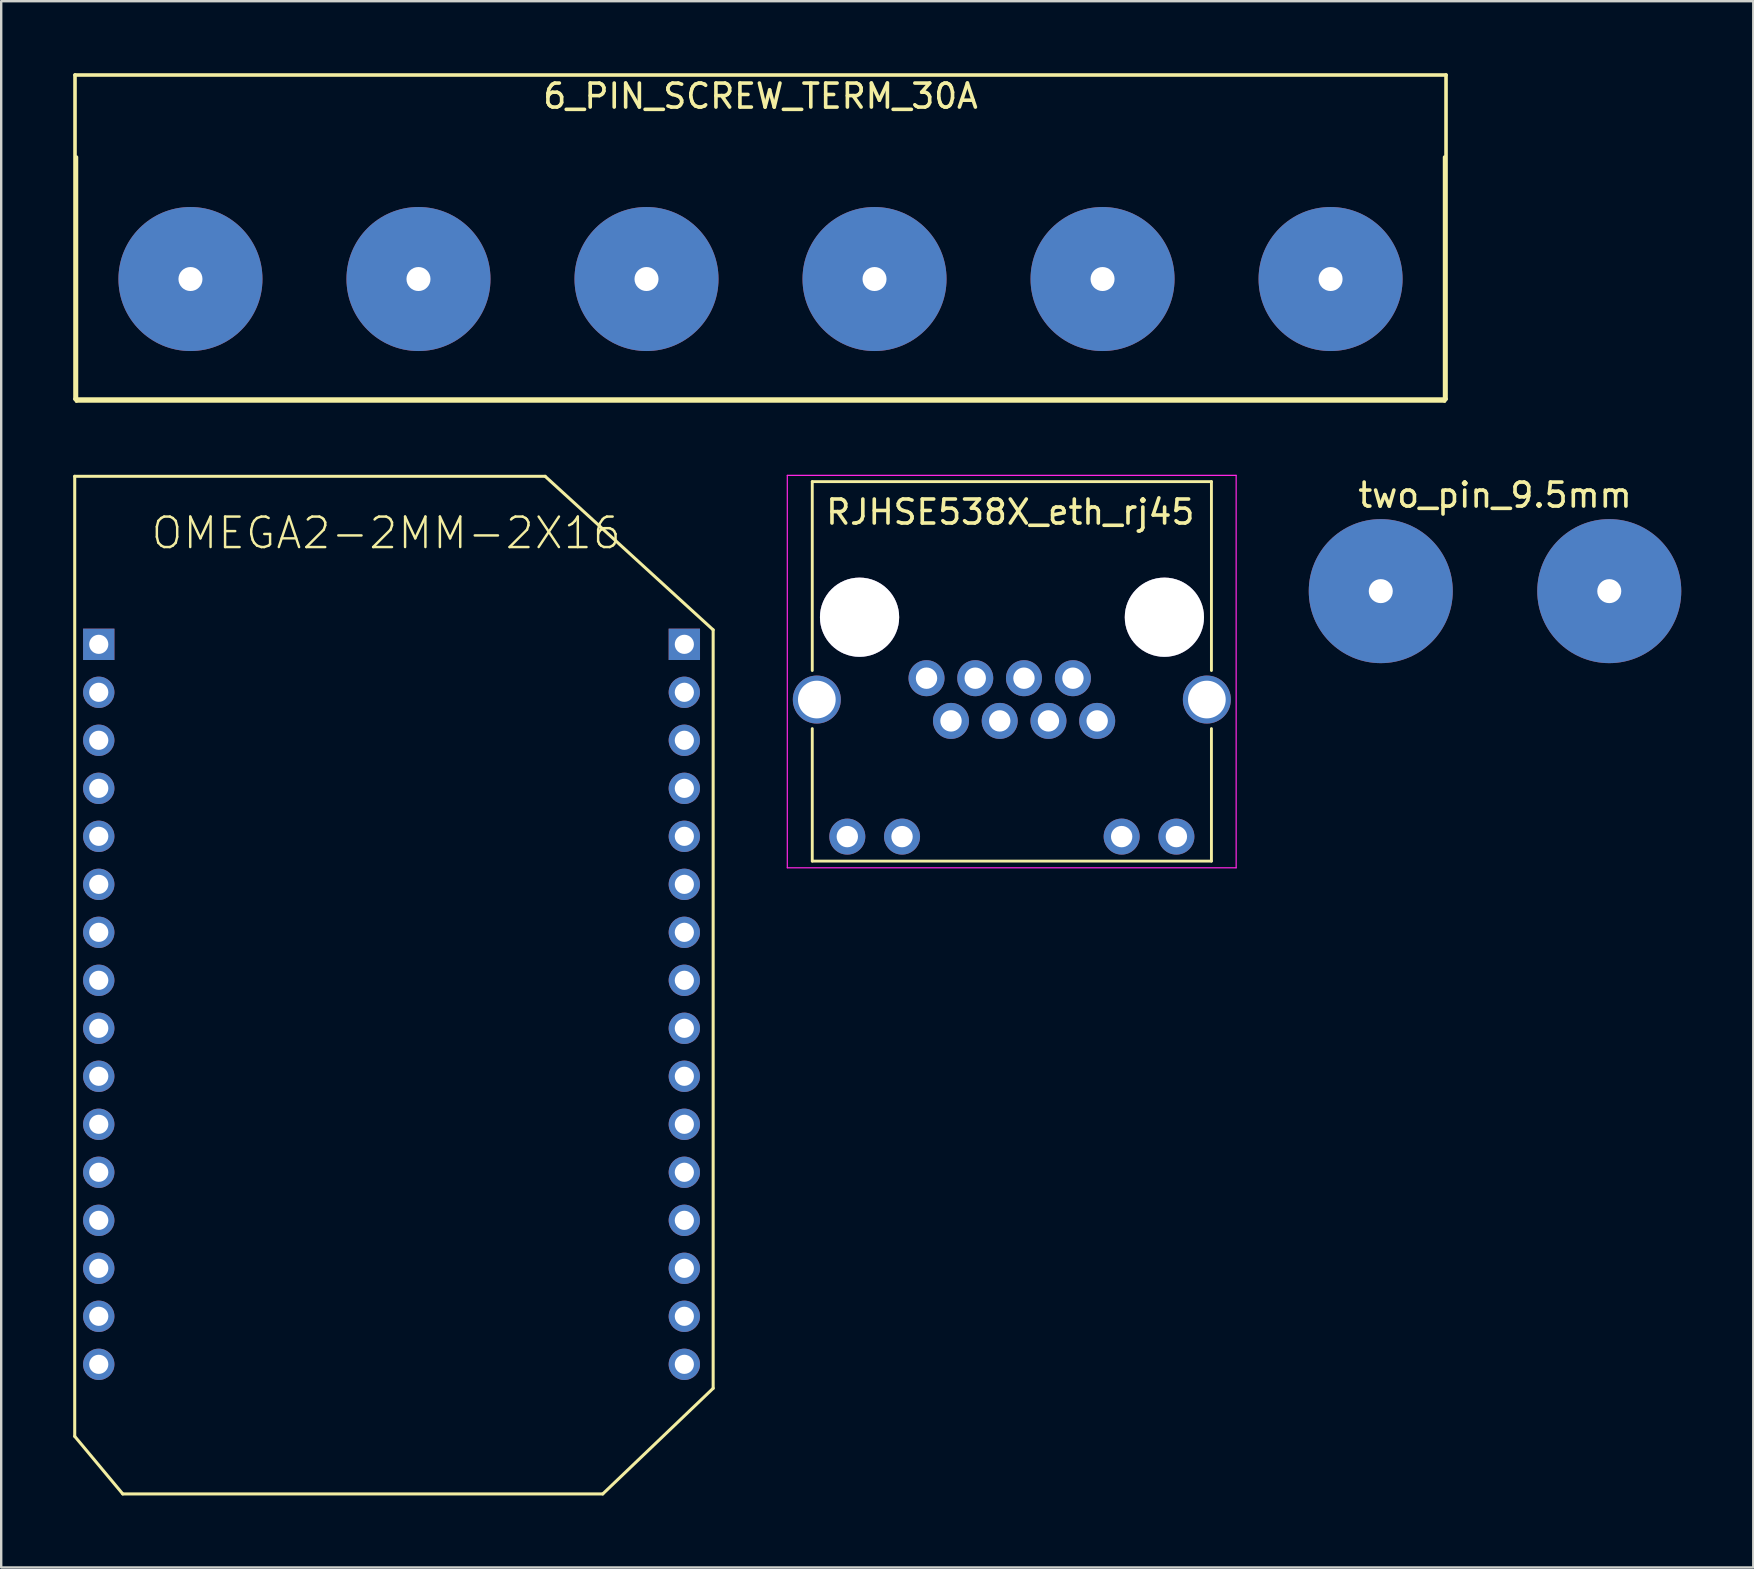
<source format=kicad_pcb>
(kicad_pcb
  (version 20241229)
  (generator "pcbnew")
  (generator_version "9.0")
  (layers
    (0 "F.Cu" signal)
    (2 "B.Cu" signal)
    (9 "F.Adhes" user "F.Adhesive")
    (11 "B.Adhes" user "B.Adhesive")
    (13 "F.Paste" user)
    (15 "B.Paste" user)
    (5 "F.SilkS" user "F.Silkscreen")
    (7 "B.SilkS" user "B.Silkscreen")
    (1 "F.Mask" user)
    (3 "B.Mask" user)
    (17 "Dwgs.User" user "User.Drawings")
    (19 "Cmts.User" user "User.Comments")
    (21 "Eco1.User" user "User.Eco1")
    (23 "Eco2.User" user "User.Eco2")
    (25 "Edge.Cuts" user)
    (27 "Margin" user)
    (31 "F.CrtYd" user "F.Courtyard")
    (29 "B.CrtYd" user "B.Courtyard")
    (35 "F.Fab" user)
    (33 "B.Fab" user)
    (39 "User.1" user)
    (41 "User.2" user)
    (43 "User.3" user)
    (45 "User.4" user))
  (footprint "6_PIN_SCREW_TERM_30A"
    (layer "F.Cu")
    (at 28.635 8.575)
    (property "Reference" "6_PIN_SCREW_TERM_30A" (at 0 -7.62 0) (layer "F.SilkS") (effects (font (size 1 1) (thickness 0.15))))
    (attr through_hole)
    (fp_line (start -28.56 -8.5) (end 28.56 -8.5) (stroke (width 0.15) (type solid)) (layer "F.SilkS"))
    (fp_line (start -28.56 5) (end -28.56 -8.5) (stroke (width 0.15) (type solid)) (layer "F.SilkS"))
    (fp_line (start -28.5 5.08) (end -28.5 -5.08) (stroke (width 0.15) (type solid)) (layer "F.SilkS"))
    (fp_line (start 28.5 -5.08) (end 28.5 5.08) (stroke (width 0.15) (type solid)) (layer "F.SilkS"))
    (fp_line (start 28.5 5.08) (end -28.5 5.08) (stroke (width 0.15) (type solid)) (layer "F.SilkS"))
    (fp_line (start 28.56 -8.5) (end 28.56 5) (stroke (width 0.15) (type solid)) (layer "F.SilkS"))
    (fp_line (start 28.56 5) (end -28.56 5) (stroke (width 0.15) (type solid)) (layer "F.SilkS"))
    (pad "1" thru_hole circle (at -23.75 0) (size 6 6) (drill 1) (layers "*.Cu" "*.Mask"))
    (pad "2" thru_hole circle (at -14.25 0) (size 6 6) (drill 1) (layers "*.Cu" "*.Mask"))
    (pad "3" thru_hole circle (at -4.75 0) (size 6 6) (drill 1) (layers "*.Cu" "*.Mask"))
    (pad "4" thru_hole circle (at 4.75 0) (size 6 6) (drill 1) (layers "*.Cu" "*.Mask"))
    (pad "5" thru_hole circle (at 14.25 0) (size 6 6) (drill 1) (layers "*.Cu" "*.Mask"))
    (pad "6" thru_hole circle (at 23.75 0) (size 6 6) (drill 1) (layers "*.Cu" "*.Mask")))
  (footprint "two_pin_9.5mm"
    (layer "F.Cu")
    (at 59.236 21.578)
    (property "Reference" "two_pin_9.5mm" (at 0 -4 0) (layer "F.SilkS") (effects (font (size 1 1) (thickness 0.15))))
    (attr through_hole)
    (pad "1" thru_hole circle (at -4.76 0) (size 6 6) (drill 1) (layers "*.Cu" "*.Mask"))
    (pad "2" thru_hole circle (at 4.76 0) (size 6 6) (drill 1) (layers "*.Cu" "*.Mask")))
  (footprint "OMEGA2-2MM-2X16"
    (layer "F.Cu")
    (at 13.063 37.792)
    (property "Reference" "OMEGA2-2MM-2X16" (at -0.023 -18.633 0) (layer "F.SilkS") (effects (font (size 1.27 1.27) (thickness 0.102))))
    (attr exclude_from_pos_files exclude_from_bom)
    (fp_line (start -13 -20.998) (end 6.599 -20.998) (stroke (width 0.127) (type solid)) (layer "F.SilkS"))
    (fp_line (start -13 18.999) (end -13 -20.998) (stroke (width 0.127) (type solid)) (layer "F.SilkS"))
    (fp_line (start -10.998 21.399) (end -13 18.999) (stroke (width 0.127) (type solid)) (layer "F.SilkS"))
    (fp_line (start 6.599 -20.998) (end 13.599 -14.6) (stroke (width 0.127) (type solid)) (layer "F.SilkS"))
    (fp_line (start 8.999 21.399) (end -10.998 21.399) (stroke (width 0.127) (type solid)) (layer "F.SilkS"))
    (fp_line (start 13.599 -14.6) (end 13.599 16.998) (stroke (width 0.127) (type solid)) (layer "F.SilkS"))
    (fp_line (start 13.599 16.998) (end 8.999 21.399) (stroke (width 0.127) (type solid)) (layer "F.SilkS"))
    (pad "1" thru_hole rect (at -11.999 -13.998) (size 1.306 1.306) (drill 0.798) (layers "*.Cu" "*.Paste" "*.Mask"))
    (pad "2" thru_hole circle (at -11.999 -11.999) (size 1.306 1.306) (drill 0.798) (layers "*.Cu" "*.Paste" "*.Mask"))
    (pad "3" thru_hole circle (at -11.999 -10) (size 1.306 1.306) (drill 0.798) (layers "*.Cu" "*.Paste" "*.Mask"))
    (pad "4" thru_hole circle (at -11.999 -7.998) (size 1.306 1.306) (drill 0.798) (layers "*.Cu" "*.Paste" "*.Mask"))
    (pad "5" thru_hole circle (at -11.999 -5.999) (size 1.306 1.306) (drill 0.798) (layers "*.Cu" "*.Paste" "*.Mask"))
    (pad "6" thru_hole circle (at -11.999 -3.998) (size 1.306 1.306) (drill 0.798) (layers "*.Cu" "*.Paste" "*.Mask"))
    (pad "7" thru_hole circle (at -11.999 -1.999) (size 1.306 1.306) (drill 0.798) (layers "*.Cu" "*.Paste" "*.Mask"))
    (pad "8" thru_hole circle (at -11.999 0) (size 1.306 1.306) (drill 0.798) (layers "*.Cu" "*.Paste" "*.Mask"))
    (pad "9" thru_hole circle (at -11.999 1.999) (size 1.306 1.306) (drill 0.798) (layers "*.Cu" "*.Paste" "*.Mask"))
    (pad "10" thru_hole circle (at -11.999 3.998) (size 1.306 1.306) (drill 0.798) (layers "*.Cu" "*.Paste" "*.Mask"))
    (pad "11" thru_hole circle (at -11.999 5.999) (size 1.306 1.306) (drill 0.798) (layers "*.Cu" "*.Paste" "*.Mask"))
    (pad "12" thru_hole circle (at -11.999 7.998) (size 1.306 1.306) (drill 0.798) (layers "*.Cu" "*.Paste" "*.Mask"))
    (pad "13" thru_hole circle (at -11.999 10) (size 1.306 1.306) (drill 0.798) (layers "*.Cu" "*.Paste" "*.Mask"))
    (pad "14" thru_hole circle (at -11.999 11.999) (size 1.306 1.306) (drill 0.798) (layers "*.Cu" "*.Paste" "*.Mask"))
    (pad "15" thru_hole circle (at -11.999 13.998) (size 1.306 1.306) (drill 0.798) (layers "*.Cu" "*.Paste" "*.Mask"))
    (pad "16" thru_hole circle (at -11.999 15.999) (size 1.306 1.306) (drill 0.798) (layers "*.Cu" "*.Paste" "*.Mask"))
    (pad "17" thru_hole circle (at 12.398 15.999) (size 1.306 1.306) (drill 0.798) (layers "*.Cu" "*.Paste" "*.Mask"))
    (pad "18" thru_hole circle (at 12.398 13.998) (size 1.306 1.306) (drill 0.798) (layers "*.Cu" "*.Paste" "*.Mask"))
    (pad "19" thru_hole circle (at 12.398 11.999) (size 1.306 1.306) (drill 0.798) (layers "*.Cu" "*.Paste" "*.Mask"))
    (pad "20" thru_hole circle (at 12.398 10) (size 1.306 1.306) (drill 0.798) (layers "*.Cu" "*.Paste" "*.Mask"))
    (pad "21" thru_hole circle (at 12.398 7.998) (size 1.306 1.306) (drill 0.798) (layers "*.Cu" "*.Paste" "*.Mask"))
    (pad "22" thru_hole circle (at 12.398 5.999) (size 1.306 1.306) (drill 0.798) (layers "*.Cu" "*.Paste" "*.Mask"))
    (pad "23" thru_hole circle (at 12.398 3.998) (size 1.306 1.306) (drill 0.798) (layers "*.Cu" "*.Paste" "*.Mask"))
    (pad "24" thru_hole circle (at 12.398 1.999) (size 1.306 1.306) (drill 0.798) (layers "*.Cu" "*.Paste" "*.Mask"))
    (pad "25" thru_hole circle (at 12.398 0) (size 1.306 1.306) (drill 0.798) (layers "*.Cu" "*.Paste" "*.Mask"))
    (pad "26" thru_hole circle (at 12.398 -1.999) (size 1.306 1.306) (drill 0.798) (layers "*.Cu" "*.Paste" "*.Mask"))
    (pad "27" thru_hole circle (at 12.398 -3.998) (size 1.306 1.306) (drill 0.798) (layers "*.Cu" "*.Paste" "*.Mask"))
    (pad "28" thru_hole circle (at 12.398 -5.999) (size 1.306 1.306) (drill 0.798) (layers "*.Cu" "*.Paste" "*.Mask"))
    (pad "29" thru_hole circle (at 12.398 -7.998) (size 1.306 1.306) (drill 0.798) (layers "*.Cu" "*.Paste" "*.Mask"))
    (pad "30" thru_hole circle (at 12.398 -10) (size 1.306 1.306) (drill 0.798) (layers "*.Cu" "*.Paste" "*.Mask"))
    (pad "31" thru_hole circle (at 12.398 -11.999) (size 1.306 1.306) (drill 0.798) (layers "*.Cu" "*.Paste" "*.Mask"))
    (pad "32" thru_hole rect (at 12.398 -13.998) (size 1.306 1.306) (drill 0.798) (layers "*.Cu" "*.Paste" "*.Mask")))
  (footprint "RJHSE538X_eth_rj45"
    (layer "F.Cu")
    (at 35.551 25.205)
    (property "Reference" "RJHSE538X_eth_rj45" (at 3.49 -6.92 0) (layer "F.SilkS") (effects (font (size 1 1) (thickness 0.15))))
    (attr through_hole)
    (fp_line (start -4.76 -8.19) (end -4.76 -0.32) (stroke (width 0.12) (type solid)) (layer "F.SilkS"))
    (fp_line (start -4.76 7.62) (end -4.76 2.1) (stroke (width 0.12) (type solid)) (layer "F.SilkS"))
    (fp_line (start 11.87 -8.19) (end -4.76 -8.19) (stroke (width 0.12) (type solid)) (layer "F.SilkS"))
    (fp_line (start 11.87 -8.19) (end 11.87 -0.32) (stroke (width 0.12) (type solid)) (layer "F.SilkS"))
    (fp_line (start 11.87 7.62) (end -4.76 7.62) (stroke (width 0.12) (type solid)) (layer "F.SilkS"))
    (fp_line (start 11.87 7.62) (end 11.87 2.1) (stroke (width 0.12) (type solid)) (layer "F.SilkS"))
    (fp_line (start -5.8 -8.45) (end -5.8 7.9) (stroke (width 0.05) (type solid)) (layer "F.CrtYd"))
    (fp_line (start -5.8 7.9) (end 12.9 7.9) (stroke (width 0.05) (type solid)) (layer "F.CrtYd"))
    (fp_line (start 12.9 -8.45) (end -5.8 -8.45) (stroke (width 0.05) (type solid)) (layer "F.CrtYd"))
    (fp_line (start 12.9 7.9) (end 12.9 -8.45) (stroke (width 0.05) (type solid)) (layer "F.CrtYd"))
    (pad "" thru_hole circle (at -2.79 -2.54) (size 3.3 3.3) (drill 3.3) (layers "*.Cu" "*.Mask"))
    (pad "" thru_hole circle (at 9.91 -2.54) (size 3.3 3.3) (drill 3.3) (layers "*.Cu" "*.Mask"))
    (pad "1" thru_hole circle (at 0 0) (size 1.5 1.5) (drill 0.89) (layers "*.Cu" "*.Mask"))
    (pad "2" thru_hole circle (at 1.02 1.78) (size 1.5 1.5) (drill 0.89) (layers "*.Cu" "*.Mask"))
    (pad "3" thru_hole circle (at 2.03 0) (size 1.5 1.5) (drill 0.89) (layers "*.Cu" "*.Mask"))
    (pad "4" thru_hole circle (at 3.05 1.78) (size 1.5 1.5) (drill 0.89) (layers "*.Cu" "*.Mask"))
    (pad "5" thru_hole circle (at 4.06 0) (size 1.5 1.5) (drill 0.89) (layers "*.Cu" "*.Mask"))
    (pad "6" thru_hole circle (at 5.08 1.78) (size 1.5 1.5) (drill 0.89) (layers "*.Cu" "*.Mask"))
    (pad "7" thru_hole circle (at 6.1 0) (size 1.5 1.5) (drill 0.89) (layers "*.Cu" "*.Mask"))
    (pad "8" thru_hole circle (at 7.11 1.78) (size 1.5 1.5) (drill 0.89) (layers "*.Cu" "*.Mask"))
    (pad "9" thru_hole circle (at -3.3 6.6) (size 1.5 1.5) (drill 0.89) (layers "*.Cu" "*.Mask"))
    (pad "10" thru_hole circle (at -1.02 6.6) (size 1.5 1.5) (drill 0.89) (layers "*.Cu" "*.Mask"))
    (pad "11" thru_hole circle (at 8.13 6.6) (size 1.5 1.5) (drill 0.89) (layers "*.Cu" "*.Mask"))
    (pad "12" thru_hole circle (at 10.41 6.6) (size 1.5 1.5) (drill 0.89) (layers "*.Cu" "*.Mask"))
    (pad "13" thru_hole circle (at -4.57 0.89) (size 2 2) (drill 1.57) (layers "*.Cu" "*.Mask"))
    (pad "13" thru_hole circle (at 11.68 0.89) (size 2 2) (drill 1.57) (layers "*.Cu" "*.Mask")))
  (gr_rect
    (start -3 -3)
    (end 69.996 62.255)
    (stroke (width 0.1) (type default))
    (fill no)
    (layer "Edge.Cuts")))
</source>
